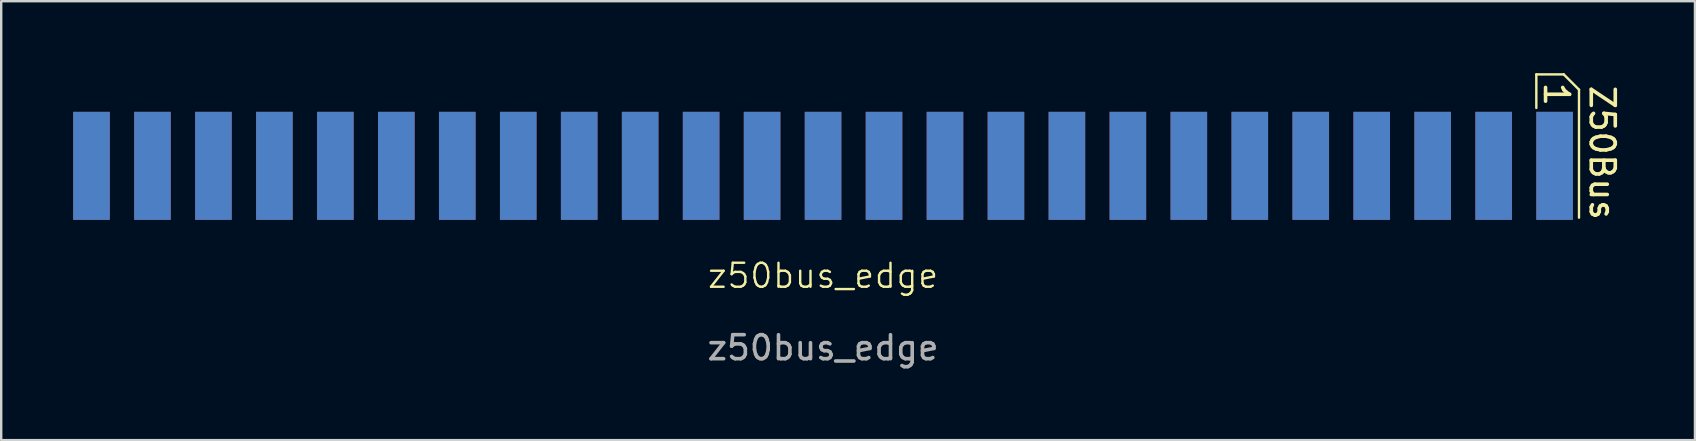
<source format=kicad_pcb>
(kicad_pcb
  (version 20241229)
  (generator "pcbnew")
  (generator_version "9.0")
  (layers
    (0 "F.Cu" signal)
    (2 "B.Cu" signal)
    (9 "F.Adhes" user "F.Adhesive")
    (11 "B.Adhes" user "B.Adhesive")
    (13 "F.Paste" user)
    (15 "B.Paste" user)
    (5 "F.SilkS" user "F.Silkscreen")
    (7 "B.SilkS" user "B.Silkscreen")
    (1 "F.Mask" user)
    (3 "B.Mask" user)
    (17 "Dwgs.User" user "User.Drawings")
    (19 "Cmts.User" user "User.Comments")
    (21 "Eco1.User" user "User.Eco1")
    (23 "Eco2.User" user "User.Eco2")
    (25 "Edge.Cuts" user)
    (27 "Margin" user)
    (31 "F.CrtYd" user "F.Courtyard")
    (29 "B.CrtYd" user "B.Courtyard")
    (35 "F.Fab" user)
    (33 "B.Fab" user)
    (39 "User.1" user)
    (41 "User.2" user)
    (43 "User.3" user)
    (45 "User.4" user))
  (footprint "z50bus_edge"
    (layer "F.Cu")
    (at 31.242 8.94)
    (property "Reference" "z50bus_edge" (at 0 -0.5 0) (unlocked yes) (layer "F.SilkS") (effects (font (size 1 1) (thickness 0.1))))
    (attr through_hole)
    (fp_line (start 29.718 -8.89) (end 30.861 -8.89) (stroke (width 0.1) (type default)) (layer "F.SilkS"))
    (fp_line (start 29.718 -7.493) (end 29.718 -8.89) (stroke (width 0.1) (type default)) (layer "F.SilkS"))
    (fp_line (start 30.861 -8.89) (end 31.496 -8.255) (stroke (width 0.1) (type default)) (layer "F.SilkS"))
    (fp_line (start 31.496 -8.255) (end 31.496 -2.921) (stroke (width 0.1) (type default)) (layer "F.SilkS"))
    (fp_text user "1" (at 29.972 -8.636 270) (unlocked yes) (layer "F.SilkS") (effects (font (size 1 1) (thickness 0.15)) (justify left bottom)))
    (fp_text user "Z50Bus" (at 31.877 -8.509 270) (unlocked yes) (layer "F.SilkS") (effects (font (size 1 1) (thickness 0.15)) (justify left bottom)))
    (fp_text user "${REFERENCE}" (at 0 2.5 0) (unlocked yes) (layer "F.Fab") (effects (font (size 1 1) (thickness 0.15))))
    (pad "1" connect rect (at 30.48 -5.08) (size 1.524 4.5) (layers "F.Cu" "F.Mask"))
    (pad "2" connect rect (at 30.48 -5.08) (size 1.524 4.5) (layers "B.Cu" "B.Mask"))
    (pad "3" connect rect (at 27.94 -5.08) (size 1.524 4.5) (layers "F.Cu" "F.Mask"))
    (pad "4" connect rect (at 27.94 -5.08) (size 1.524 4.5) (layers "B.Cu" "B.Mask"))
    (pad "5" connect rect (at 25.4 -5.08) (size 1.524 4.5) (layers "F.Cu" "F.Mask"))
    (pad "6" connect rect (at 25.4 -5.08) (size 1.524 4.5) (layers "B.Cu" "B.Mask"))
    (pad "7" connect rect (at 22.86 -5.08) (size 1.524 4.5) (layers "F.Cu" "F.Mask"))
    (pad "8" connect rect (at 22.86 -5.08) (size 1.524 4.5) (layers "B.Cu" "B.Mask"))
    (pad "9" connect rect (at 20.32 -5.08) (size 1.524 4.5) (layers "F.Cu" "F.Mask"))
    (pad "10" connect rect (at 20.32 -5.08) (size 1.524 4.5) (layers "B.Cu" "B.Mask"))
    (pad "11" connect rect (at 17.78 -5.08) (size 1.524 4.5) (layers "F.Cu" "F.Mask"))
    (pad "12" connect rect (at 17.78 -5.08) (size 1.524 4.5) (layers "B.Cu" "B.Mask"))
    (pad "13" connect rect (at 15.24 -5.08) (size 1.524 4.5) (layers "F.Cu" "F.Mask"))
    (pad "14" connect rect (at 15.24 -5.08) (size 1.524 4.5) (layers "B.Cu" "B.Mask"))
    (pad "15" connect rect (at 12.7 -5.08) (size 1.524 4.5) (layers "F.Cu" "F.Mask"))
    (pad "16" connect rect (at 12.7 -5.08) (size 1.524 4.5) (layers "B.Cu" "B.Mask"))
    (pad "17" connect rect (at 10.16 -5.08) (size 1.524 4.5) (layers "F.Cu" "F.Mask"))
    (pad "18" connect rect (at 10.16 -5.08) (size 1.524 4.5) (layers "B.Cu" "B.Mask"))
    (pad "19" connect rect (at 7.62 -5.08) (size 1.524 4.5) (layers "F.Cu" "F.Mask"))
    (pad "20" connect rect (at 7.62 -5.08) (size 1.524 4.5) (layers "B.Cu" "B.Mask"))
    (pad "21" connect rect (at 5.08 -5.08) (size 1.524 4.5) (layers "F.Cu" "F.Mask"))
    (pad "22" connect rect (at 5.08 -5.08) (size 1.524 4.5) (layers "B.Cu" "B.Mask"))
    (pad "23" connect rect (at 2.54 -5.08) (size 1.524 4.5) (layers "F.Cu" "F.Mask"))
    (pad "24" connect rect (at 2.54 -5.08) (size 1.524 4.5) (layers "B.Cu" "B.Mask"))
    (pad "25" connect rect (at 0 -5.08) (size 1.524 4.5) (layers "F.Cu" "F.Mask"))
    (pad "26" connect rect (at 0 -5.08) (size 1.524 4.5) (layers "B.Cu" "B.Mask"))
    (pad "27" connect rect (at -2.54 -5.08) (size 1.524 4.5) (layers "F.Cu" "F.Mask"))
    (pad "28" connect rect (at -2.54 -5.08) (size 1.524 4.5) (layers "B.Cu" "B.Mask"))
    (pad "29" connect rect (at -5.08 -5.08) (size 1.524 4.5) (layers "F.Cu" "F.Mask"))
    (pad "30" connect rect (at -5.08 -5.08) (size 1.524 4.5) (layers "B.Cu" "B.Mask"))
    (pad "31" connect rect (at -7.62 -5.08) (size 1.524 4.5) (layers "F.Cu" "F.Mask"))
    (pad "32" connect rect (at -7.62 -5.08) (size 1.524 4.5) (layers "B.Cu" "B.Mask"))
    (pad "33" connect rect (at -10.16 -5.08) (size 1.524 4.5) (layers "F.Cu" "F.Mask"))
    (pad "34" connect rect (at -10.16 -5.08) (size 1.524 4.5) (layers "B.Cu" "B.Mask"))
    (pad "35" connect rect (at -12.7 -5.08) (size 1.524 4.5) (layers "F.Cu" "F.Mask"))
    (pad "36" connect rect (at -12.7 -5.08) (size 1.524 4.5) (layers "B.Cu" "B.Mask"))
    (pad "37" connect rect (at -15.24 -5.08) (size 1.524 4.5) (layers "F.Cu" "F.Mask"))
    (pad "38" connect rect (at -15.24 -5.08) (size 1.524 4.5) (layers "B.Cu" "B.Mask"))
    (pad "39" connect rect (at -17.78 -5.08) (size 1.524 4.5) (layers "F.Cu" "F.Mask"))
    (pad "40" connect rect (at -17.78 -5.08) (size 1.524 4.5) (layers "B.Cu" "B.Mask"))
    (pad "41" connect rect (at -20.32 -5.08) (size 1.524 4.5) (layers "F.Cu" "F.Mask"))
    (pad "42" connect rect (at -20.32 -5.08) (size 1.524 4.5) (layers "B.Cu" "B.Mask"))
    (pad "43" connect rect (at -22.86 -5.08) (size 1.524 4.5) (layers "F.Cu" "F.Mask"))
    (pad "44" connect rect (at -22.86 -5.08) (size 1.524 4.5) (layers "B.Cu" "B.Mask"))
    (pad "45" connect rect (at -25.4 -5.08) (size 1.524 4.5) (layers "F.Cu" "F.Mask"))
    (pad "46" connect rect (at -25.4 -5.08) (size 1.524 4.5) (layers "B.Cu" "B.Mask"))
    (pad "47" connect rect (at -27.94 -5.08) (size 1.524 4.5) (layers "F.Cu" "F.Mask"))
    (pad "48" connect rect (at -27.94 -5.08) (size 1.524 4.5) (layers "B.Cu" "B.Mask"))
    (pad "49" connect rect (at -30.48 -5.08) (size 1.524 4.5) (layers "F.Cu" "F.Mask"))
    (pad "50" connect rect (at -30.48 -5.08) (size 1.524 4.5) (layers "B.Cu" "B.Mask")))
  (gr_rect
    (start -3 -3)
    (end 67.569 15.288)
    (stroke (width 0.1) (type default))
    (fill no)
    (layer "Edge.Cuts")))
</source>
